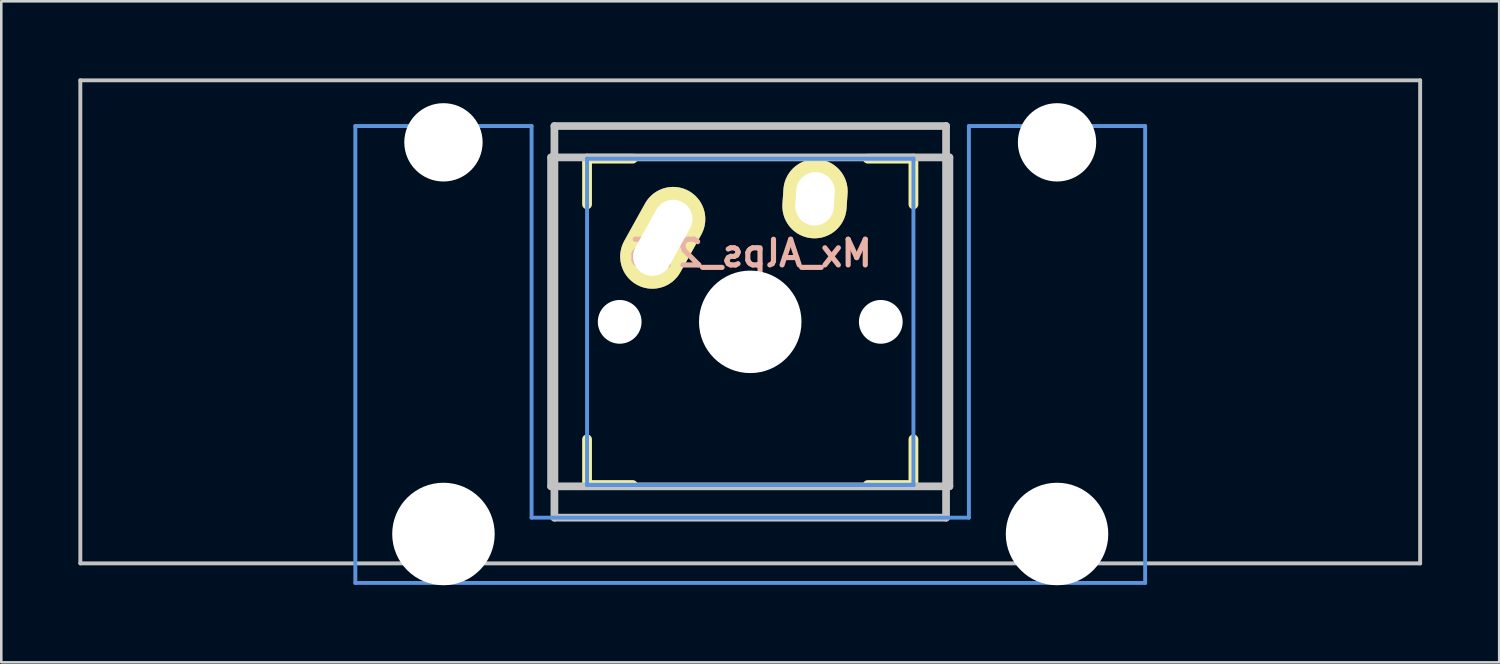
<source format=kicad_pcb>
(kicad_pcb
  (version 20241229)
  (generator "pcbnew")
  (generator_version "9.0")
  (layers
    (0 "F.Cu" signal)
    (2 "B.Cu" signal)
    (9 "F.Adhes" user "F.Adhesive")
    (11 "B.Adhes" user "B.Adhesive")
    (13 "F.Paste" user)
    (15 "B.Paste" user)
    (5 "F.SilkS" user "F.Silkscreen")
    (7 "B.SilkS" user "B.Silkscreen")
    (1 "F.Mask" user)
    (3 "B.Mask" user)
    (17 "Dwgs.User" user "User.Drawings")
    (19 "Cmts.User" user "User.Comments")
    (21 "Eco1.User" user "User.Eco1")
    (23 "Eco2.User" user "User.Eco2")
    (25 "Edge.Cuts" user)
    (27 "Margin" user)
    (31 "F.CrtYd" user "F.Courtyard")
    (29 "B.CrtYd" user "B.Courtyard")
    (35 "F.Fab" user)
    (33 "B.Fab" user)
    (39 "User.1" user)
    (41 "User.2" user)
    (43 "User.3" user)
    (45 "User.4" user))
  (footprint "Mx_Alps_275"
    (layer "F.Cu")
    (at 26.144 9.474)
    (property "Reference" "Mx_Alps_275" (at 0 -2.667 0) (layer "B.SilkS") (effects (font (size 1 1) (thickness 0.2)) (justify mirror)))
    (attr through_hole)
    (fp_line (start -6.35 -6.35) (end -4.572 -6.35) (stroke (width 0.381) (type solid)) (layer "F.SilkS"))
    (fp_line (start -6.35 -4.572) (end -6.35 -6.35) (stroke (width 0.381) (type solid)) (layer "F.SilkS"))
    (fp_line (start -6.35 6.35) (end -6.35 4.572) (stroke (width 0.381) (type solid)) (layer "F.SilkS"))
    (fp_line (start -4.572 6.35) (end -6.35 6.35) (stroke (width 0.381) (type solid)) (layer "F.SilkS"))
    (fp_line (start 4.572 -6.35) (end 6.35 -6.35) (stroke (width 0.381) (type solid)) (layer "F.SilkS"))
    (fp_line (start 6.35 -6.35) (end 6.35 -4.572) (stroke (width 0.381) (type solid)) (layer "F.SilkS"))
    (fp_line (start 6.35 4.572) (end 6.35 6.35) (stroke (width 0.381) (type solid)) (layer "F.SilkS"))
    (fp_line (start 6.35 6.35) (end 4.572 6.35) (stroke (width 0.381) (type solid)) (layer "F.SilkS"))
    (fp_line (start -26.068 -9.398) (end 26.068 -9.398) (stroke (width 0.152) (type solid)) (layer "Dwgs.User"))
    (fp_line (start -26.068 9.398) (end -26.068 -9.398) (stroke (width 0.152) (type solid)) (layer "Dwgs.User"))
    (fp_line (start -7.75 6.4) (end -7.75 -6.4) (stroke (width 0.3) (type solid)) (layer "Dwgs.User"))
    (fp_line (start -7.75 6.4) (end 7.75 6.4) (stroke (width 0.3) (type solid)) (layer "Dwgs.User"))
    (fp_line (start -7.62 -7.62) (end 7.62 -7.62) (stroke (width 0.3) (type solid)) (layer "Dwgs.User"))
    (fp_line (start -7.62 7.62) (end -7.62 -7.62) (stroke (width 0.3) (type solid)) (layer "Dwgs.User"))
    (fp_line (start 7.62 -7.62) (end 7.62 7.62) (stroke (width 0.3) (type solid)) (layer "Dwgs.User"))
    (fp_line (start 7.62 7.62) (end -7.62 7.62) (stroke (width 0.3) (type solid)) (layer "Dwgs.User"))
    (fp_line (start 7.75 -6.4) (end -7.75 -6.4) (stroke (width 0.3) (type solid)) (layer "Dwgs.User"))
    (fp_line (start 7.75 6.4) (end 7.75 -6.4) (stroke (width 0.3) (type solid)) (layer "Dwgs.User"))
    (fp_line (start 26.068 -9.398) (end 26.068 9.398) (stroke (width 0.152) (type solid)) (layer "Dwgs.User"))
    (fp_line (start 26.068 9.398) (end -26.068 9.398) (stroke (width 0.152) (type solid)) (layer "Dwgs.User"))
    (fp_line (start -15.367 -7.62) (end -15.367 10.16) (stroke (width 0.152) (type solid)) (layer "Cmts.User"))
    (fp_line (start -15.367 10.16) (end 15.367 10.16) (stroke (width 0.152) (type solid)) (layer "Cmts.User"))
    (fp_line (start -8.509 -7.62) (end -15.367 -7.62) (stroke (width 0.152) (type solid)) (layer "Cmts.User"))
    (fp_line (start -8.509 7.62) (end -8.509 -7.62) (stroke (width 0.152) (type solid)) (layer "Cmts.User"))
    (fp_line (start -6.35 -6.35) (end 6.35 -6.35) (stroke (width 0.152) (type solid)) (layer "Cmts.User"))
    (fp_line (start -6.35 6.35) (end -6.35 -6.35) (stroke (width 0.152) (type solid)) (layer "Cmts.User"))
    (fp_line (start 6.35 -6.35) (end 6.35 6.35) (stroke (width 0.152) (type solid)) (layer "Cmts.User"))
    (fp_line (start 6.35 6.35) (end -6.35 6.35) (stroke (width 0.152) (type solid)) (layer "Cmts.User"))
    (fp_line (start 8.509 -7.62) (end 8.509 7.62) (stroke (width 0.152) (type solid)) (layer "Cmts.User"))
    (fp_line (start 8.509 7.62) (end -8.509 7.62) (stroke (width 0.152) (type solid)) (layer "Cmts.User"))
    (fp_line (start 15.367 -7.62) (end 8.509 -7.62) (stroke (width 0.152) (type solid)) (layer "Cmts.User"))
    (fp_line (start 15.367 10.16) (end 15.367 -7.62) (stroke (width 0.152) (type solid)) (layer "Cmts.User"))
    (fp_line (start -16.129 -2.286) (end -15.265 -2.286) (stroke (width 0.152) (type solid)) (layer "Eco2.User"))
    (fp_line (start -16.129 0.508) (end -16.129 -2.286) (stroke (width 0.152) (type solid)) (layer "Eco2.User"))
    (fp_line (start -15.265 -5.69) (end -8.611 -5.69) (stroke (width 0.152) (type solid)) (layer "Eco2.User"))
    (fp_line (start -15.265 -2.286) (end -15.265 -5.69) (stroke (width 0.152) (type solid)) (layer "Eco2.User"))
    (fp_line (start -15.265 0.508) (end -16.129 0.508) (stroke (width 0.152) (type solid)) (layer "Eco2.User"))
    (fp_line (start -15.265 6.604) (end -15.265 0.508) (stroke (width 0.152) (type solid)) (layer "Eco2.User"))
    (fp_line (start -14.224 6.604) (end -15.265 6.604) (stroke (width 0.152) (type solid)) (layer "Eco2.User"))
    (fp_line (start -14.224 7.772) (end -14.224 6.604) (stroke (width 0.152) (type solid)) (layer "Eco2.User"))
    (fp_line (start -9.652 6.604) (end -9.652 7.772) (stroke (width 0.152) (type solid)) (layer "Eco2.User"))
    (fp_line (start -9.652 7.772) (end -14.224 7.772) (stroke (width 0.152) (type solid)) (layer "Eco2.User"))
    (fp_line (start -8.611 -5.69) (end -8.611 -4.877) (stroke (width 0.152) (type solid)) (layer "Eco2.User"))
    (fp_line (start -8.611 -4.877) (end -6.985 -4.877) (stroke (width 0.152) (type solid)) (layer "Eco2.User"))
    (fp_line (start -8.611 5.817) (end -8.611 6.604) (stroke (width 0.152) (type solid)) (layer "Eco2.User"))
    (fp_line (start -8.611 6.604) (end -9.652 6.604) (stroke (width 0.152) (type solid)) (layer "Eco2.User"))
    (fp_line (start -6.985 -6.985) (end 6.985 -6.985) (stroke (width 0.152) (type solid)) (layer "Eco2.User"))
    (fp_line (start -6.985 -4.877) (end -6.985 -6.985) (stroke (width 0.152) (type solid)) (layer "Eco2.User"))
    (fp_line (start -6.985 5.817) (end -8.611 5.817) (stroke (width 0.152) (type solid)) (layer "Eco2.User"))
    (fp_line (start -6.985 6.985) (end -6.985 5.817) (stroke (width 0.152) (type solid)) (layer "Eco2.User"))
    (fp_line (start 6.985 -6.985) (end 6.985 -4.877) (stroke (width 0.152) (type solid)) (layer "Eco2.User"))
    (fp_line (start 6.985 -4.877) (end 8.611 -4.877) (stroke (width 0.152) (type solid)) (layer "Eco2.User"))
    (fp_line (start 6.985 5.817) (end 6.985 6.985) (stroke (width 0.152) (type solid)) (layer "Eco2.User"))
    (fp_line (start 6.985 6.985) (end -6.985 6.985) (stroke (width 0.152) (type solid)) (layer "Eco2.User"))
    (fp_line (start 8.611 -5.69) (end 15.265 -5.69) (stroke (width 0.152) (type solid)) (layer "Eco2.User"))
    (fp_line (start 8.611 -4.877) (end 8.611 -5.69) (stroke (width 0.152) (type solid)) (layer "Eco2.User"))
    (fp_line (start 8.611 5.817) (end 6.985 5.817) (stroke (width 0.152) (type solid)) (layer "Eco2.User"))
    (fp_line (start 8.611 6.604) (end 8.611 5.817) (stroke (width 0.152) (type solid)) (layer "Eco2.User"))
    (fp_line (start 9.652 6.604) (end 8.611 6.604) (stroke (width 0.152) (type solid)) (layer "Eco2.User"))
    (fp_line (start 9.652 7.772) (end 9.652 6.604) (stroke (width 0.152) (type solid)) (layer "Eco2.User"))
    (fp_line (start 14.224 6.604) (end 14.224 7.772) (stroke (width 0.152) (type solid)) (layer "Eco2.User"))
    (fp_line (start 14.224 7.772) (end 9.652 7.772) (stroke (width 0.152) (type solid)) (layer "Eco2.User"))
    (fp_line (start 15.265 -5.69) (end 15.265 -2.286) (stroke (width 0.152) (type solid)) (layer "Eco2.User"))
    (fp_line (start 15.265 -2.286) (end 16.129 -2.286) (stroke (width 0.152) (type solid)) (layer "Eco2.User"))
    (fp_line (start 15.265 0.508) (end 15.265 6.604) (stroke (width 0.152) (type solid)) (layer "Eco2.User"))
    (fp_line (start 15.265 6.604) (end 14.224 6.604) (stroke (width 0.152) (type solid)) (layer "Eco2.User"))
    (fp_line (start 16.129 -2.286) (end 16.129 0.508) (stroke (width 0.152) (type solid)) (layer "Eco2.User"))
    (fp_line (start 16.129 0.508) (end 15.265 0.508) (stroke (width 0.152) (type solid)) (layer "Eco2.User"))
    (pad "" np_thru_hole circle (at -11.938 -6.985) (size 3.048 3.048) (drill 3.048) (layers "*.Cu"))
    (pad "" np_thru_hole circle (at -11.938 8.255) (size 3.988 3.988) (drill 3.988) (layers "*.Cu"))
    (pad "" np_thru_hole circle (at -5.08 0) (size 1.702 1.702) (drill 1.702) (layers "*.Cu"))
    (pad "" np_thru_hole circle (at 0 0) (size 3.988 3.988) (drill 3.988) (layers "*.Cu"))
    (pad "" np_thru_hole circle (at 5.08 0) (size 1.702 1.702) (drill 1.702) (layers "*.Cu"))
    (pad "" np_thru_hole circle (at 11.938 -6.985) (size 3.048 3.048) (drill 3.048) (layers "*.Cu"))
    (pad "" np_thru_hole circle (at 11.938 8.255) (size 3.988 3.988) (drill 3.988) (layers "*.Cu"))
    (pad "1" thru_hole oval (at -3.405 -3.27 330.95) (size 2.5 4.17) (drill oval 1.5 3.17) (layers "*.Cu" "*.Mask" "F.SilkS"))
    (pad "2" thru_hole oval (at 2.52 -4.79 356.1) (size 2.5 3.08) (drill oval 1.5 2.08) (layers "*.Cu" "*.Mask" "F.SilkS")))
  (gr_rect
    (start -3 -3)
    (end 55.288 22.723)
    (stroke (width 0.1) (type default))
    (fill no)
    (layer "Edge.Cuts")))
</source>
